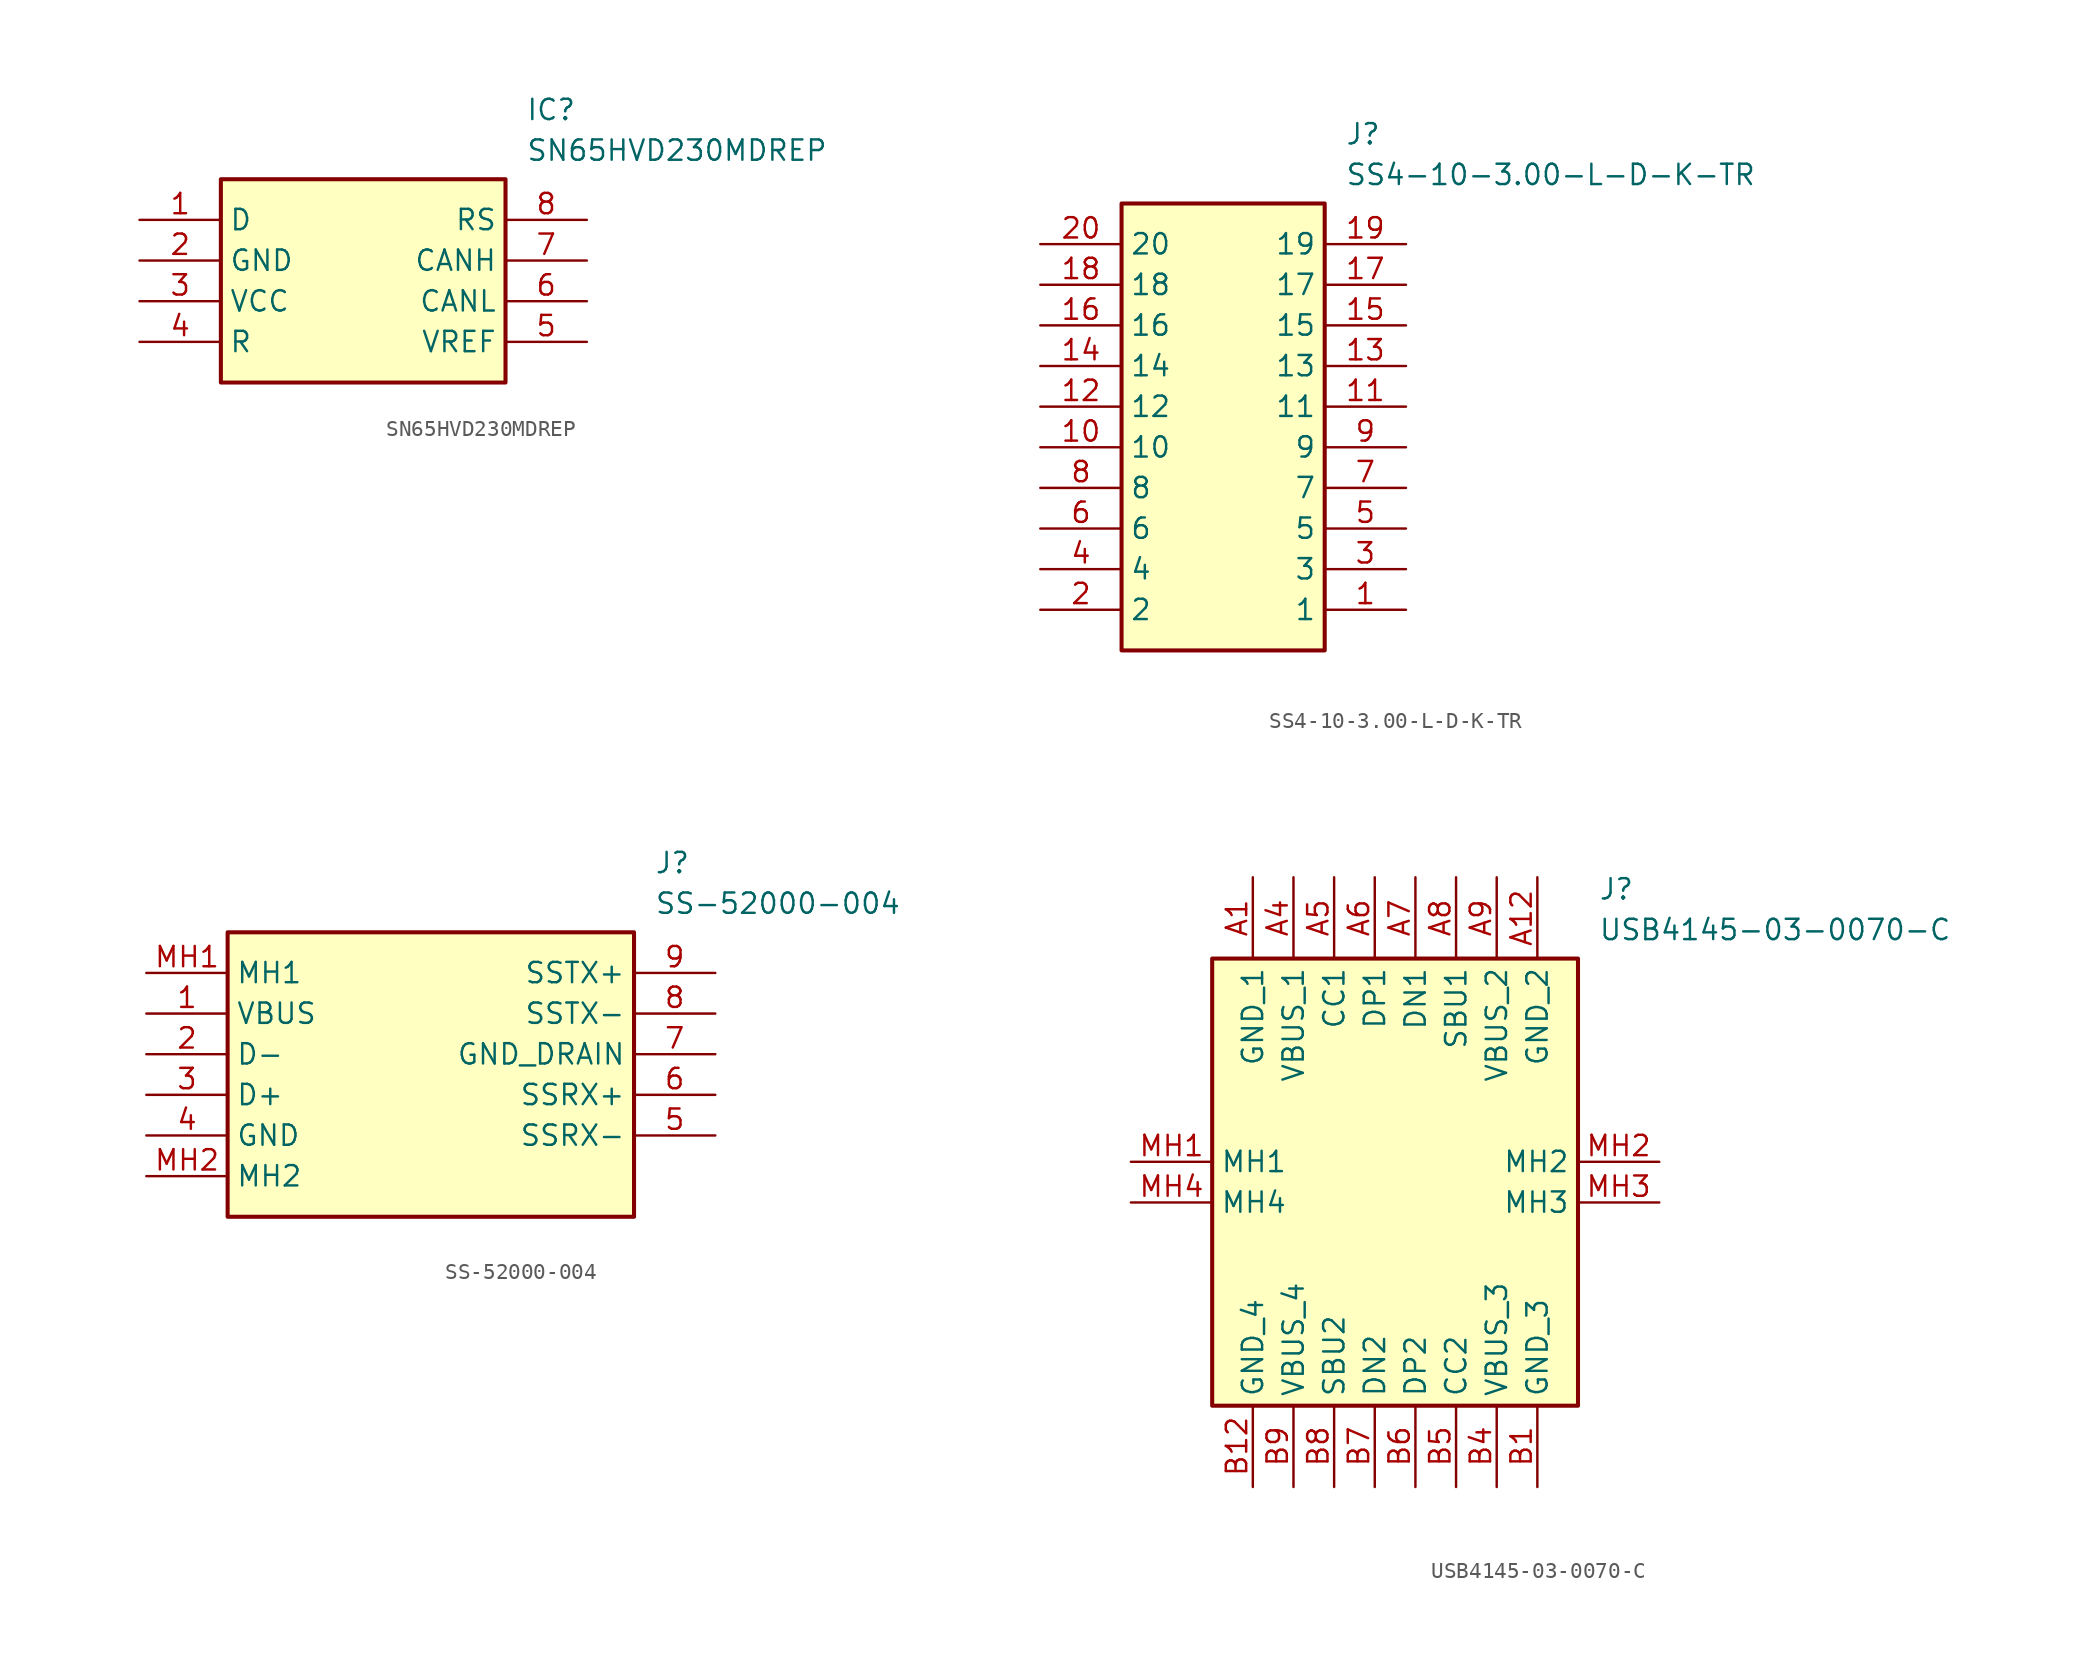
<source format=kicad_sym>
(kicad_symbol_lib
  (version 20220914)
  (generator SamacSys_ECAD_Model)
  (symbol "SN65HVD230MDREP"
    (property "Reference" "IC"
      (at 24.13 7.62 0)
      (effects (font (size 1.27 1.27)) (justify left top)))
    (property "Value" "SN65HVD230MDREP"
      (at 24.13 5.08 0)
      (effects (font (size 1.27 1.27)) (justify left top)))
    (rectangle
      (start 5.08 2.54)
      (end 22.86 -10.16)
      (stroke (width 0.254) (type default))
      (fill (type background)))
    (pin input line
      (at 0 0 0)
      (length 5.08)
      (name "D" (effects (font (size 1.27 1.27))))
      (number "1" (effects (font (size 1.27 1.27)))))
    (pin power_in line
      (at 0 -2.54 0)
      (length 5.08)
      (name "GND" (effects (font (size 1.27 1.27))))
      (number "2" (effects (font (size 1.27 1.27)))))
    (pin power_in line
      (at 0 -5.08 0)
      (length 5.08)
      (name "VCC" (effects (font (size 1.27 1.27))))
      (number "3" (effects (font (size 1.27 1.27)))))
    (pin output line
      (at 0 -7.62 0)
      (length 5.08)
      (name "R" (effects (font (size 1.27 1.27))))
      (number "4" (effects (font (size 1.27 1.27)))))
    (pin passive line
      (at 27.94 0 180)
      (length 5.08)
      (name "RS" (effects (font (size 1.27 1.27))))
      (number "8" (effects (font (size 1.27 1.27)))))
    (pin passive line
      (at 27.94 -2.54 180)
      (length 5.08)
      (name "CANH" (effects (font (size 1.27 1.27))))
      (number "7" (effects (font (size 1.27 1.27)))))
    (pin passive line
      (at 27.94 -5.08 180)
      (length 5.08)
      (name "CANL" (effects (font (size 1.27 1.27))))
      (number "6" (effects (font (size 1.27 1.27)))))
    (pin output line
      (at 27.94 -7.62 180)
      (length 5.08)
      (name "VREF" (effects (font (size 1.27 1.27))))
      (number "5" (effects (font (size 1.27 1.27))))))
  (symbol "SS4-10-3.00-L-D-K-TR"
    (property "Reference" "J"
      (at 19.05 7.62 0)
      (effects (font (size 1.27 1.27)) (justify left top)))
    (property "Value" "SS4-10-3.00-L-D-K-TR"
      (at 19.05 5.08 0)
      (effects (font (size 1.27 1.27)) (justify left top)))
    (rectangle
      (start 5.08 2.54)
      (end 17.78 -25.4)
      (stroke (width 0.254) (type default))
      (fill (type background)))
    (pin passive line
      (at 22.86 -22.86 180)
      (length 5.08)
      (name "1" (effects (font (size 1.27 1.27))))
      (number "1" (effects (font (size 1.27 1.27)))))
    (pin passive line
      (at 0 -22.86 0)
      (length 5.08)
      (name "2" (effects (font (size 1.27 1.27))))
      (number "2" (effects (font (size 1.27 1.27)))))
    (pin passive line
      (at 22.86 -20.32 180)
      (length 5.08)
      (name "3" (effects (font (size 1.27 1.27))))
      (number "3" (effects (font (size 1.27 1.27)))))
    (pin passive line
      (at 0 -20.32 0)
      (length 5.08)
      (name "4" (effects (font (size 1.27 1.27))))
      (number "4" (effects (font (size 1.27 1.27)))))
    (pin passive line
      (at 22.86 -17.78 180)
      (length 5.08)
      (name "5" (effects (font (size 1.27 1.27))))
      (number "5" (effects (font (size 1.27 1.27)))))
    (pin passive line
      (at 0 -17.78 0)
      (length 5.08)
      (name "6" (effects (font (size 1.27 1.27))))
      (number "6" (effects (font (size 1.27 1.27)))))
    (pin passive line
      (at 22.86 -15.24 180)
      (length 5.08)
      (name "7" (effects (font (size 1.27 1.27))))
      (number "7" (effects (font (size 1.27 1.27)))))
    (pin passive line
      (at 0 -15.24 0)
      (length 5.08)
      (name "8" (effects (font (size 1.27 1.27))))
      (number "8" (effects (font (size 1.27 1.27)))))
    (pin passive line
      (at 22.86 -12.7 180)
      (length 5.08)
      (name "9" (effects (font (size 1.27 1.27))))
      (number "9" (effects (font (size 1.27 1.27)))))
    (pin passive line
      (at 0 -12.7 0)
      (length 5.08)
      (name "10" (effects (font (size 1.27 1.27))))
      (number "10" (effects (font (size 1.27 1.27)))))
    (pin passive line
      (at 22.86 -10.16 180)
      (length 5.08)
      (name "11" (effects (font (size 1.27 1.27))))
      (number "11" (effects (font (size 1.27 1.27)))))
    (pin passive line
      (at 0 -10.16 0)
      (length 5.08)
      (name "12" (effects (font (size 1.27 1.27))))
      (number "12" (effects (font (size 1.27 1.27)))))
    (pin passive line
      (at 22.86 -7.62 180)
      (length 5.08)
      (name "13" (effects (font (size 1.27 1.27))))
      (number "13" (effects (font (size 1.27 1.27)))))
    (pin passive line
      (at 0 -7.62 0)
      (length 5.08)
      (name "14" (effects (font (size 1.27 1.27))))
      (number "14" (effects (font (size 1.27 1.27)))))
    (pin passive line
      (at 22.86 -5.08 180)
      (length 5.08)
      (name "15" (effects (font (size 1.27 1.27))))
      (number "15" (effects (font (size 1.27 1.27)))))
    (pin passive line
      (at 0 -5.08 0)
      (length 5.08)
      (name "16" (effects (font (size 1.27 1.27))))
      (number "16" (effects (font (size 1.27 1.27)))))
    (pin passive line
      (at 22.86 -2.54 180)
      (length 5.08)
      (name "17" (effects (font (size 1.27 1.27))))
      (number "17" (effects (font (size 1.27 1.27)))))
    (pin passive line
      (at 0 -2.54 0)
      (length 5.08)
      (name "18" (effects (font (size 1.27 1.27))))
      (number "18" (effects (font (size 1.27 1.27)))))
    (pin passive line
      (at 22.86 0 180)
      (length 5.08)
      (name "19" (effects (font (size 1.27 1.27))))
      (number "19" (effects (font (size 1.27 1.27)))))
    (pin passive line
      (at 0 0 0)
      (length 5.08)
      (name "20" (effects (font (size 1.27 1.27))))
      (number "20" (effects (font (size 1.27 1.27))))))
  (symbol "SS-52000-004"
    (property "Reference" "J"
      (at 31.75 7.62 0)
      (effects (font (size 1.27 1.27)) (justify left top)))
    (property "Value" "SS-52000-004"
      (at 31.75 5.08 0)
      (effects (font (size 1.27 1.27)) (justify left top)))
    (rectangle
      (start 5.08 2.54)
      (end 30.48 -15.24)
      (stroke (width 0.254) (type default))
      (fill (type background)))
    (pin passive line
      (at 0 -2.54 0)
      (length 5.08)
      (name "VBUS" (effects (font (size 1.27 1.27))))
      (number "1" (effects (font (size 1.27 1.27)))))
    (pin passive line
      (at 0 -5.08 0)
      (length 5.08)
      (name "D-" (effects (font (size 1.27 1.27))))
      (number "2" (effects (font (size 1.27 1.27)))))
    (pin passive line
      (at 0 -7.62 0)
      (length 5.08)
      (name "D+" (effects (font (size 1.27 1.27))))
      (number "3" (effects (font (size 1.27 1.27)))))
    (pin passive line
      (at 0 -10.16 0)
      (length 5.08)
      (name "GND" (effects (font (size 1.27 1.27))))
      (number "4" (effects (font (size 1.27 1.27)))))
    (pin passive line
      (at 35.56 -10.16 180)
      (length 5.08)
      (name "SSRX-" (effects (font (size 1.27 1.27))))
      (number "5" (effects (font (size 1.27 1.27)))))
    (pin passive line
      (at 35.56 -7.62 180)
      (length 5.08)
      (name "SSRX+" (effects (font (size 1.27 1.27))))
      (number "6" (effects (font (size 1.27 1.27)))))
    (pin passive line
      (at 35.56 -5.08 180)
      (length 5.08)
      (name "GND_DRAIN" (effects (font (size 1.27 1.27))))
      (number "7" (effects (font (size 1.27 1.27)))))
    (pin passive line
      (at 35.56 -2.54 180)
      (length 5.08)
      (name "SSTX-" (effects (font (size 1.27 1.27))))
      (number "8" (effects (font (size 1.27 1.27)))))
    (pin passive line
      (at 35.56 0 180)
      (length 5.08)
      (name "SSTX+" (effects (font (size 1.27 1.27))))
      (number "9" (effects (font (size 1.27 1.27)))))
    (pin passive line
      (at 0 0 0)
      (length 5.08)
      (name "MH1" (effects (font (size 1.27 1.27))))
      (number "MH1" (effects (font (size 1.27 1.27)))))
    (pin passive line
      (at 0 -12.7 0)
      (length 5.08)
      (name "MH2" (effects (font (size 1.27 1.27))))
      (number "MH2" (effects (font (size 1.27 1.27))))))
  (symbol "USB4145-03-0070-C"
    (property "Reference" "J"
      (at 29.21 17.78 0)
      (effects (font (size 1.27 1.27)) (justify left top)))
    (property "Value" "USB4145-03-0070-C"
      (at 29.21 15.24 0)
      (effects (font (size 1.27 1.27)) (justify left top)))
    (rectangle
      (start 5.08 12.7)
      (end 27.94 -15.24)
      (stroke (width 0.254) (type default))
      (fill (type background)))
    (pin passive line
      (at 7.62 17.78 270)
      (length 5.08)
      (name "GND_1" (effects (font (size 1.27 1.27))))
      (number "A1" (effects (font (size 1.27 1.27)))))
    (pin passive line
      (at 10.16 17.78 270)
      (length 5.08)
      (name "VBUS_1" (effects (font (size 1.27 1.27))))
      (number "A4" (effects (font (size 1.27 1.27)))))
    (pin passive line
      (at 12.7 17.78 270)
      (length 5.08)
      (name "CC1" (effects (font (size 1.27 1.27))))
      (number "A5" (effects (font (size 1.27 1.27)))))
    (pin passive line
      (at 15.24 17.78 270)
      (length 5.08)
      (name "DP1" (effects (font (size 1.27 1.27))))
      (number "A6" (effects (font (size 1.27 1.27)))))
    (pin passive line
      (at 17.78 17.78 270)
      (length 5.08)
      (name "DN1" (effects (font (size 1.27 1.27))))
      (number "A7" (effects (font (size 1.27 1.27)))))
    (pin passive line
      (at 20.32 17.78 270)
      (length 5.08)
      (name "SBU1" (effects (font (size 1.27 1.27))))
      (number "A8" (effects (font (size 1.27 1.27)))))
    (pin passive line
      (at 22.86 17.78 270)
      (length 5.08)
      (name "VBUS_2" (effects (font (size 1.27 1.27))))
      (number "A9" (effects (font (size 1.27 1.27)))))
    (pin passive line
      (at 25.4 17.78 270)
      (length 5.08)
      (name "GND_2" (effects (font (size 1.27 1.27))))
      (number "A12" (effects (font (size 1.27 1.27)))))
    (pin passive line
      (at 25.4 -20.32 90)
      (length 5.08)
      (name "GND_3" (effects (font (size 1.27 1.27))))
      (number "B1" (effects (font (size 1.27 1.27)))))
    (pin passive line
      (at 22.86 -20.32 90)
      (length 5.08)
      (name "VBUS_3" (effects (font (size 1.27 1.27))))
      (number "B4" (effects (font (size 1.27 1.27)))))
    (pin passive line
      (at 20.32 -20.32 90)
      (length 5.08)
      (name "CC2" (effects (font (size 1.27 1.27))))
      (number "B5" (effects (font (size 1.27 1.27)))))
    (pin passive line
      (at 17.78 -20.32 90)
      (length 5.08)
      (name "DP2" (effects (font (size 1.27 1.27))))
      (number "B6" (effects (font (size 1.27 1.27)))))
    (pin passive line
      (at 15.24 -20.32 90)
      (length 5.08)
      (name "DN2" (effects (font (size 1.27 1.27))))
      (number "B7" (effects (font (size 1.27 1.27)))))
    (pin passive line
      (at 12.7 -20.32 90)
      (length 5.08)
      (name "SBU2" (effects (font (size 1.27 1.27))))
      (number "B8" (effects (font (size 1.27 1.27)))))
    (pin passive line
      (at 10.16 -20.32 90)
      (length 5.08)
      (name "VBUS_4" (effects (font (size 1.27 1.27))))
      (number "B9" (effects (font (size 1.27 1.27)))))
    (pin passive line
      (at 7.62 -20.32 90)
      (length 5.08)
      (name "GND_4" (effects (font (size 1.27 1.27))))
      (number "B12" (effects (font (size 1.27 1.27)))))
    (pin passive line
      (at 0 0 0)
      (length 5.08)
      (name "MH1" (effects (font (size 1.27 1.27))))
      (number "MH1" (effects (font (size 1.27 1.27)))))
    (pin passive line
      (at 33.02 0 180)
      (length 5.08)
      (name "MH2" (effects (font (size 1.27 1.27))))
      (number "MH2" (effects (font (size 1.27 1.27)))))
    (pin passive line
      (at 33.02 -2.54 180)
      (length 5.08)
      (name "MH3" (effects (font (size 1.27 1.27))))
      (number "MH3" (effects (font (size 1.27 1.27)))))
    (pin passive line
      (at 0 -2.54 0)
      (length 5.08)
      (name "MH4" (effects (font (size 1.27 1.27))))
      (number "MH4" (effects (font (size 1.27 1.27)))))))
</source>
